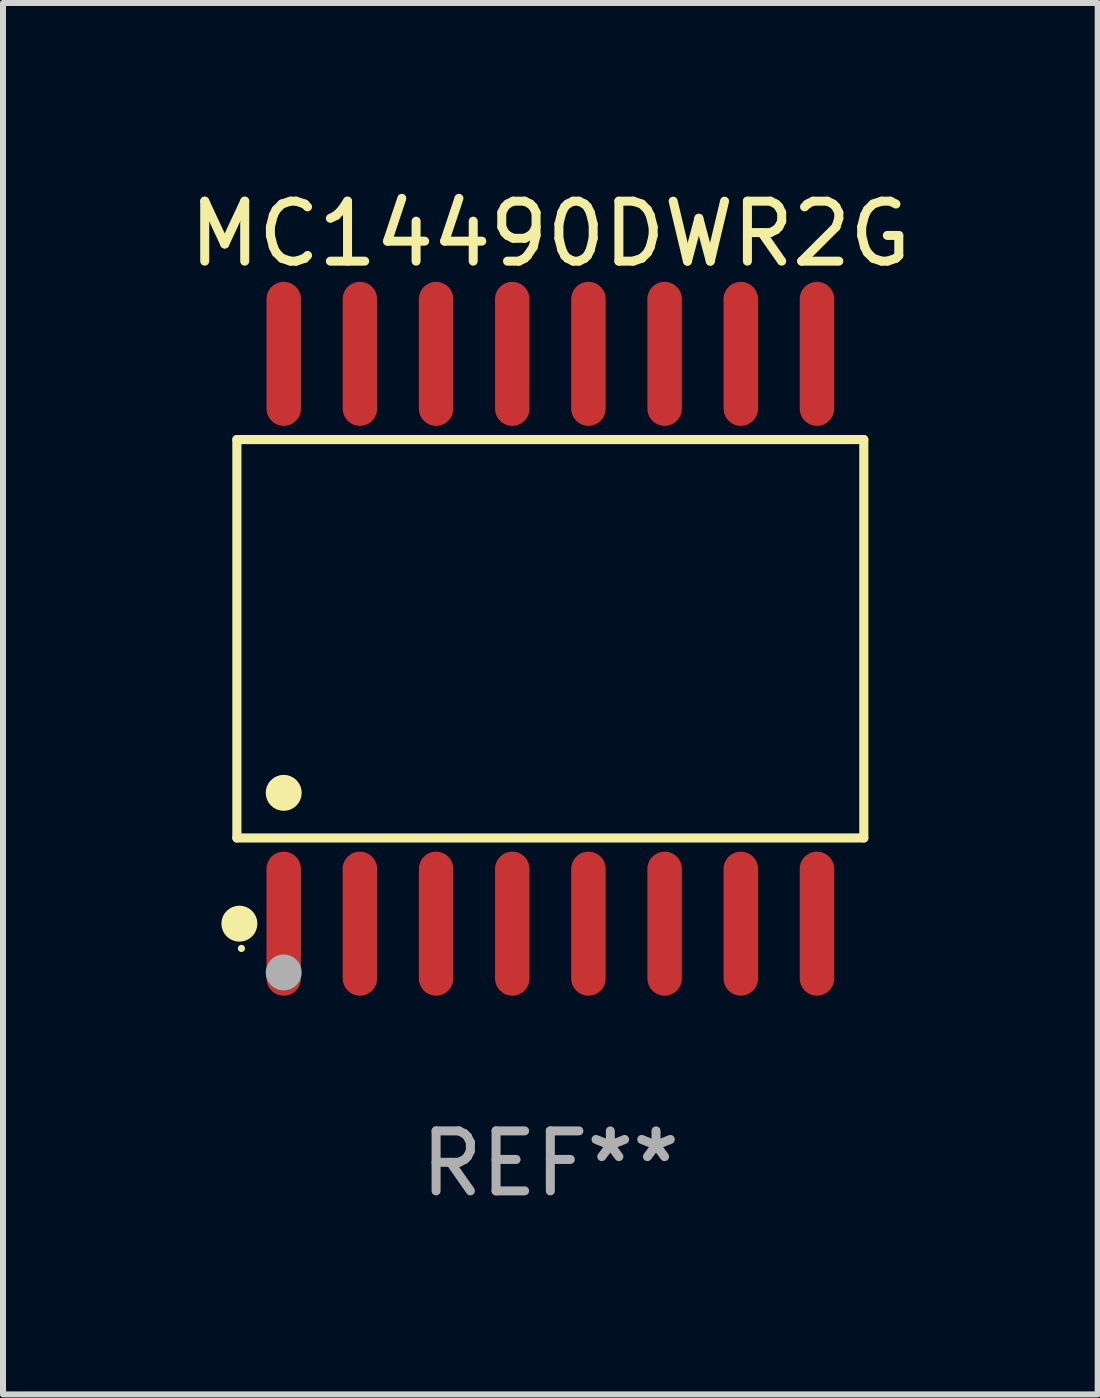
<source format=kicad_pcb>
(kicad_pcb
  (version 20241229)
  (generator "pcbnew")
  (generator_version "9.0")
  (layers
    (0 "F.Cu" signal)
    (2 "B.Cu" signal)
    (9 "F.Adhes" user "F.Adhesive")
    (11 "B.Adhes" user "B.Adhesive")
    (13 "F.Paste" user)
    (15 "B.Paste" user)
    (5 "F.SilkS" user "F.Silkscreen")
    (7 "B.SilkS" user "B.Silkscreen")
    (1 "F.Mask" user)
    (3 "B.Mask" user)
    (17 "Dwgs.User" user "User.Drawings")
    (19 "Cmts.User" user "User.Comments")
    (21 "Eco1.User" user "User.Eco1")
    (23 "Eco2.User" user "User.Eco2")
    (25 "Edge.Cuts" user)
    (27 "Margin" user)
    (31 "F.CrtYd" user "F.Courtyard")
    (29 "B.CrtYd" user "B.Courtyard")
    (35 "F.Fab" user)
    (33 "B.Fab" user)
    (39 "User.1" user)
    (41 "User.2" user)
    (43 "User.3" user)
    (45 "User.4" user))
  (footprint "MC14490DWR2G"
    (layer "F.Cu")
    (at 6.125 7.599)
    (property "Reference" "MC14490DWR2G" (at 0 -6.75 0) (layer "F.SilkS") (effects (font (size 1 1) (thickness 0.15))))
    (attr through_hole)
    (fp_line (start -5.226 -3.321) (end 5.226 -3.321) (stroke (width 0.152) (type solid)) (layer "F.SilkS"))
    (fp_line (start -5.226 3.321) (end -5.226 -3.321) (stroke (width 0.152) (type solid)) (layer "F.SilkS"))
    (fp_line (start 5.226 -3.321) (end 5.226 3.321) (stroke (width 0.152) (type solid)) (layer "F.SilkS"))
    (fp_line (start 5.226 3.321) (end -5.226 3.321) (stroke (width 0.152) (type solid)) (layer "F.SilkS"))
    (fp_circle (center -5.184 4.75) (end -5.034 4.75) (stroke (width 0.3) (type solid)) (fill no) (layer "F.SilkS"))
    (fp_circle (center -5.15 5.163) (end -5.12 5.163) (stroke (width 0.06) (type solid)) (fill no) (layer "F.SilkS"))
    (fp_circle (center -4.445 2.569) (end -4.295 2.569) (stroke (width 0.3) (type solid)) (fill no) (layer "F.SilkS"))
    (fp_circle (center -4.445 5.563) (end -4.295 5.563) (stroke (width 0.3) (type solid)) (fill no) (layer "F.Fab"))
    (fp_text user "REF**" (at 0 8.75 0) (layer "F.Fab") (effects (font (size 1 1) (thickness 0.15))))
    (pad "1" smd oval (at -4.445 4.75) (size 0.574 2.401) (layers "F.Cu" "F.Mask" "F.Paste"))
    (pad "2" smd oval (at -3.175 4.75) (size 0.574 2.401) (layers "F.Cu" "F.Mask" "F.Paste"))
    (pad "3" smd oval (at -1.905 4.75) (size 0.574 2.401) (layers "F.Cu" "F.Mask" "F.Paste"))
    (pad "4" smd oval (at -0.635 4.75) (size 0.574 2.401) (layers "F.Cu" "F.Mask" "F.Paste"))
    (pad "5" smd oval (at 0.635 4.75) (size 0.574 2.401) (layers "F.Cu" "F.Mask" "F.Paste"))
    (pad "6" smd oval (at 1.905 4.75) (size 0.574 2.401) (layers "F.Cu" "F.Mask" "F.Paste"))
    (pad "7" smd oval (at 3.175 4.75) (size 0.574 2.401) (layers "F.Cu" "F.Mask" "F.Paste"))
    (pad "8" smd oval (at 4.445 4.75) (size 0.574 2.401) (layers "F.Cu" "F.Mask" "F.Paste"))
    (pad "9" smd oval (at 4.445 -4.75) (size 0.574 2.401) (layers "F.Cu" "F.Mask" "F.Paste"))
    (pad "10" smd oval (at 3.175 -4.75) (size 0.574 2.401) (layers "F.Cu" "F.Mask" "F.Paste"))
    (pad "11" smd oval (at 1.905 -4.75) (size 0.574 2.401) (layers "F.Cu" "F.Mask" "F.Paste"))
    (pad "12" smd oval (at 0.635 -4.75) (size 0.574 2.401) (layers "F.Cu" "F.Mask" "F.Paste"))
    (pad "13" smd oval (at -0.635 -4.75) (size 0.574 2.401) (layers "F.Cu" "F.Mask" "F.Paste"))
    (pad "14" smd oval (at -1.905 -4.75) (size 0.574 2.401) (layers "F.Cu" "F.Mask" "F.Paste"))
    (pad "15" smd oval (at -3.175 -4.75) (size 0.574 2.401) (layers "F.Cu" "F.Mask" "F.Paste"))
    (pad "16" smd oval (at -4.445 -4.75) (size 0.574 2.401) (layers "F.Cu" "F.Mask" "F.Paste")))
  (gr_rect
    (start -3 -3)
    (end 15.25 20.197)
    (stroke (width 0.1) (type default))
    (fill no)
    (layer "Edge.Cuts")))
</source>
